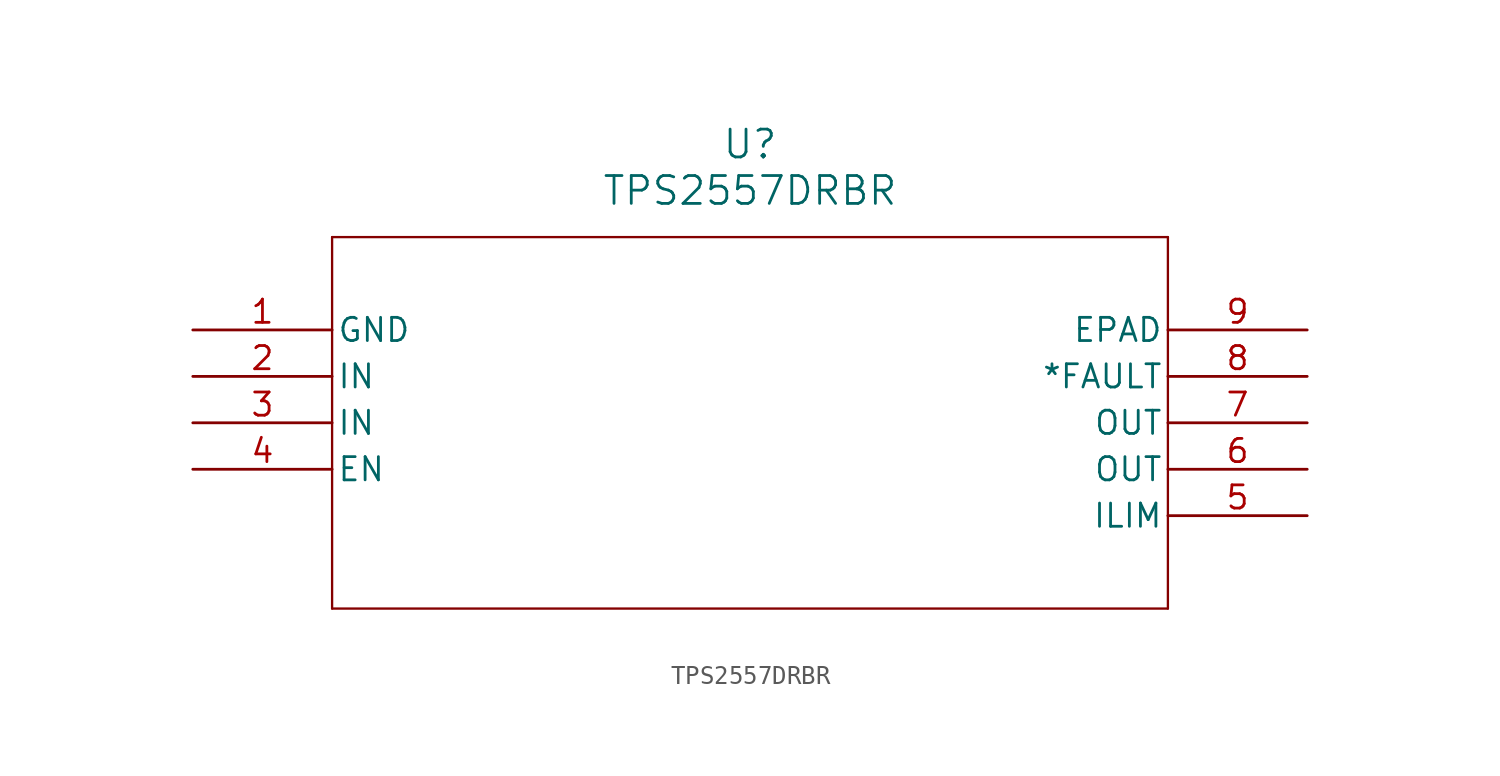
<source format=kicad_sym>
(kicad_symbol_lib
  (version 20211014)
  (generator kicad_symbol_editor)
  (symbol "TPS2557DRBR"
    (pin_names
      (offset 0.254))
    (property "Reference" "U"
      (at 30.48 10.16 0)
      (effects (font (size 1.524 1.524))))
    (property "Value" "TPS2557DRBR"
      (at 30.48 7.62 0)
      (effects (font (size 1.524 1.524))))
    (symbol "TPS2557DRBR_0_1"
      (polyline (pts (xy 7.62 5.08) (xy 7.62 -15.24)) (stroke (width 0.127) (type default) (color 0 0 0 0)) (fill (type none)))
      (polyline (pts (xy 7.62 -15.24) (xy 53.34 -15.24)) (stroke (width 0.127) (type default) (color 0 0 0 0)) (fill (type none)))
      (polyline (pts (xy 53.34 -15.24) (xy 53.34 5.08)) (stroke (width 0.127) (type default) (color 0 0 0 0)) (fill (type none)))
      (polyline (pts (xy 53.34 5.08) (xy 7.62 5.08)) (stroke (width 0.127) (type default) (color 0 0 0 0)) (fill (type none)))
      (pin power_in line (at 0 0 0) (length 7.62) (name "GND" (effects (font (size 1.27 1.27)))) (number "1" (effects (font (size 1.27 1.27)))))
      (pin input line (at 0 -2.54 0) (length 7.62) (name "IN" (effects (font (size 1.27 1.27)))) (number "2" (effects (font (size 1.27 1.27)))))
      (pin input line (at 0 -5.08 0) (length 7.62) (name "IN" (effects (font (size 1.27 1.27)))) (number "3" (effects (font (size 1.27 1.27)))))
      (pin input line (at 0 -7.62 0) (length 7.62) (name "EN" (effects (font (size 1.27 1.27)))) (number "4" (effects (font (size 1.27 1.27)))))
      (pin output line (at 60.96 -10.16 180) (length 7.62) (name "ILIM" (effects (font (size 1.27 1.27)))) (number "5" (effects (font (size 1.27 1.27)))))
      (pin output line (at 60.96 -7.62 180) (length 7.62) (name "OUT" (effects (font (size 1.27 1.27)))) (number "6" (effects (font (size 1.27 1.27)))))
      (pin output line (at 60.96 -5.08 180) (length 7.62) (name "OUT" (effects (font (size 1.27 1.27)))) (number "7" (effects (font (size 1.27 1.27)))))
      (pin output line (at 60.96 -2.54 180) (length 7.62) (name "*FAULT" (effects (font (size 1.27 1.27)))) (number "8" (effects (font (size 1.27 1.27)))))
      (pin unspecified line (at 60.96 0 180) (length 7.62) (name "EPAD" (effects (font (size 1.27 1.27)))) (number "9" (effects (font (size 1.27 1.27))))))))
</source>
